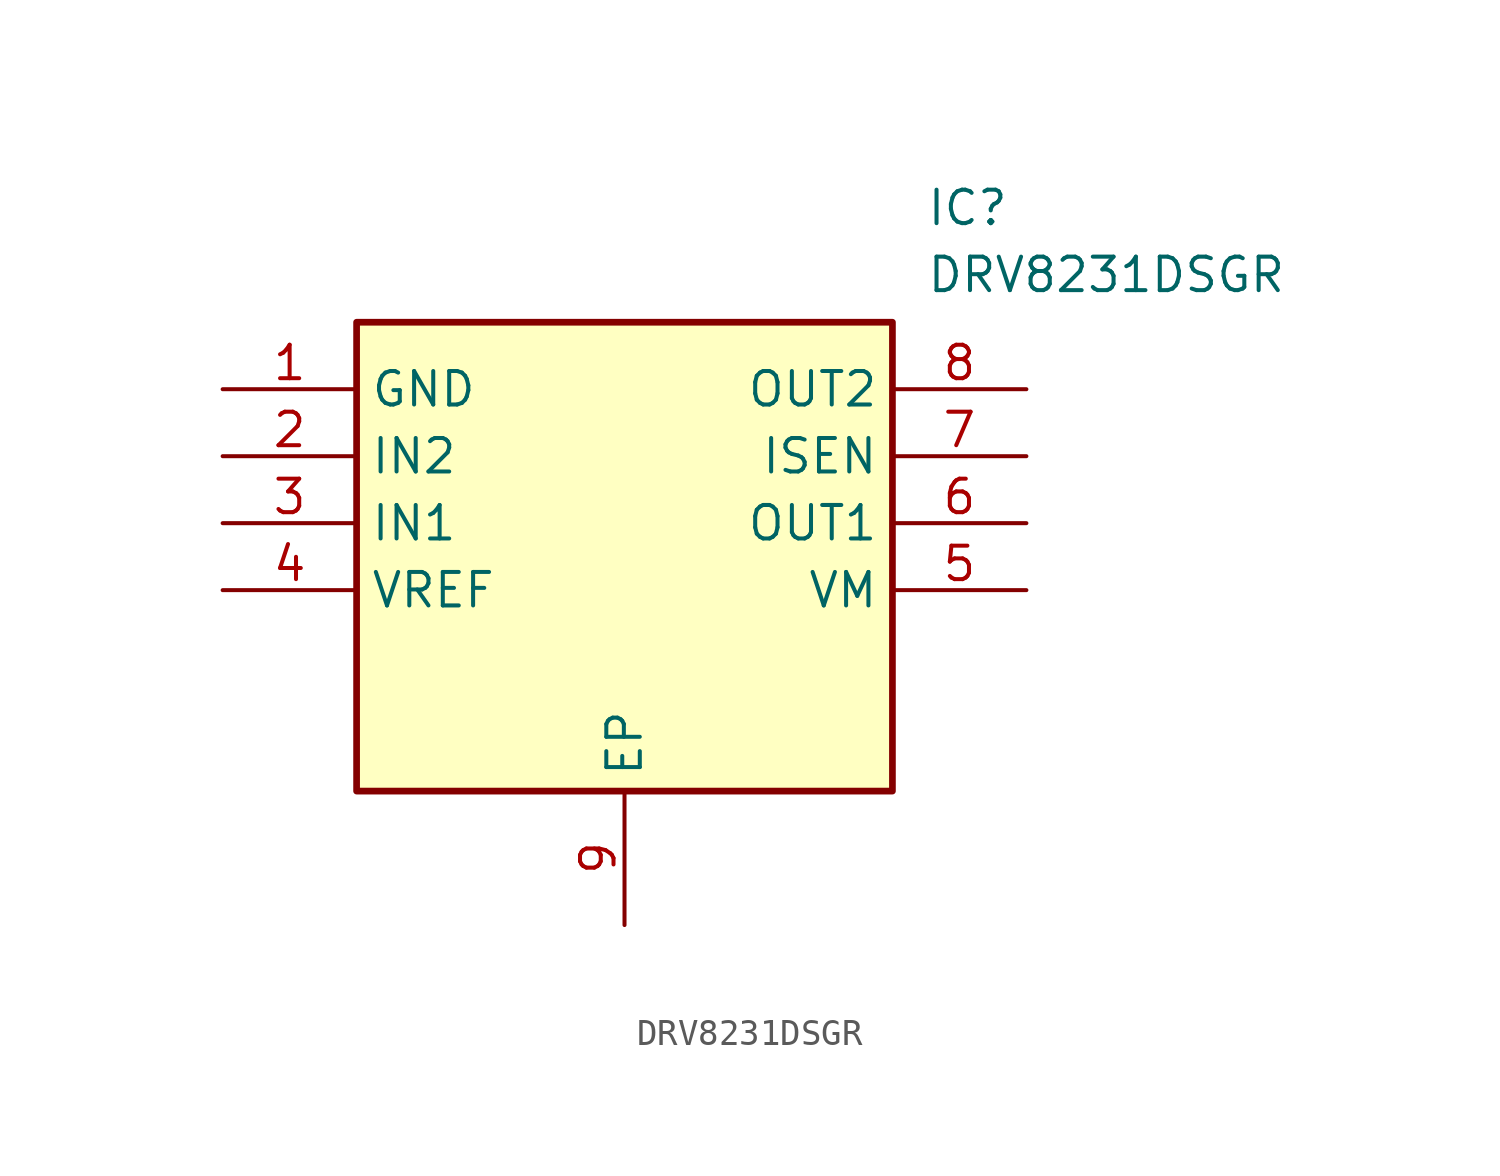
<source format=kicad_sym>
(kicad_symbol_lib
  (version 20220914)
  (generator kicad_symbol_editor)
  (symbol "DRV8231DSGR"
    (property "Reference" "IC"
      (at 26.67 7.62 0)
      (effects (font (size 1.27 1.27)) (justify left top)))
    (property "Value" "DRV8231DSGR"
      (at 26.67 5.08 0)
      (effects (font (size 1.27 1.27)) (justify left top)))
    (symbol "DRV8231DSGR_1_1"
      (rectangle (start 5.08 2.54) (end 25.4 -15.24) (stroke (width 0.254) (type default)) (fill (type background)))
      (pin passive line (at 0 0 0) (length 5.08) (name "GND" (effects (font (size 1.27 1.27)))) (number "1" (effects (font (size 1.27 1.27)))))
      (pin passive line (at 0 -2.54 0) (length 5.08) (name "IN2" (effects (font (size 1.27 1.27)))) (number "2" (effects (font (size 1.27 1.27)))))
      (pin passive line (at 0 -5.08 0) (length 5.08) (name "IN1" (effects (font (size 1.27 1.27)))) (number "3" (effects (font (size 1.27 1.27)))))
      (pin passive line (at 0 -7.62 0) (length 5.08) (name "VREF" (effects (font (size 1.27 1.27)))) (number "4" (effects (font (size 1.27 1.27)))))
      (pin passive line (at 30.48 -7.62 180) (length 5.08) (name "VM" (effects (font (size 1.27 1.27)))) (number "5" (effects (font (size 1.27 1.27)))))
      (pin passive line (at 30.48 -5.08 180) (length 5.08) (name "OUT1" (effects (font (size 1.27 1.27)))) (number "6" (effects (font (size 1.27 1.27)))))
      (pin passive line (at 30.48 -2.54 180) (length 5.08) (name "ISEN" (effects (font (size 1.27 1.27)))) (number "7" (effects (font (size 1.27 1.27)))))
      (pin passive line (at 30.48 0 180) (length 5.08) (name "OUT2" (effects (font (size 1.27 1.27)))) (number "8" (effects (font (size 1.27 1.27)))))
      (pin passive line (at 15.24 -20.32 90) (length 5.08) (name "EP" (effects (font (size 1.27 1.27)))) (number "9" (effects (font (size 1.27 1.27))))))))
</source>
